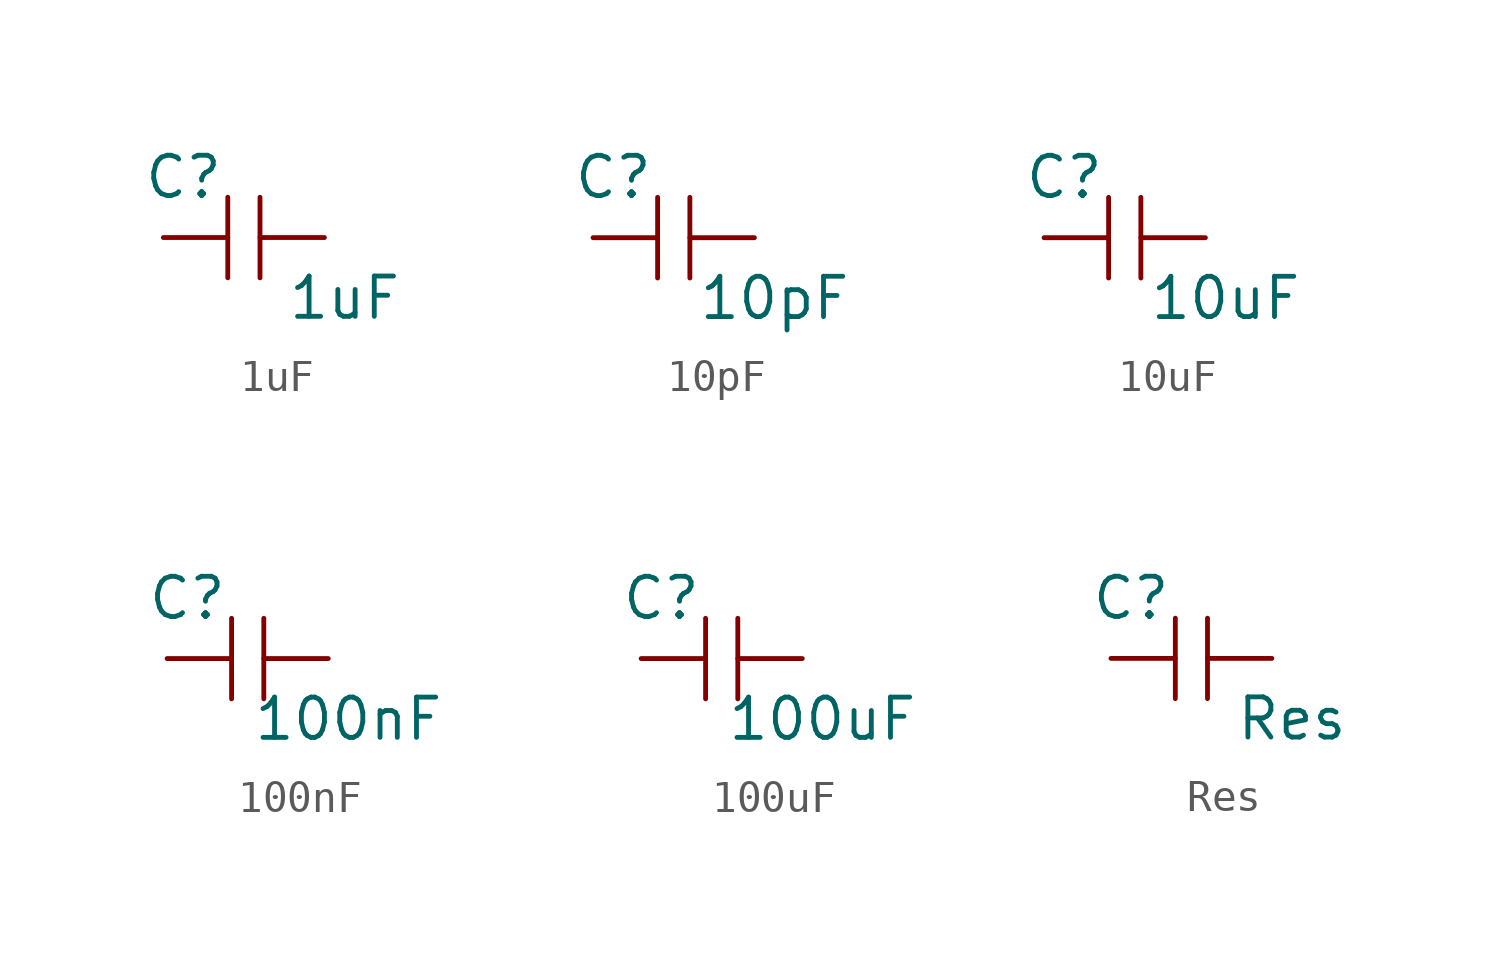
<source format=kicad_sym>
(kicad_symbol_lib
  (version 20241209)
  (generator "kicad_symbol_editor")
  (generator_version "9.0")
  (symbol "1uF"
    (pin_numbers
      (hide yes))
    (pin_names
      (offset 1.016)
      (hide yes))
    (property "Reference" "C"
      (at -1.905 1.905 0)
      (effects (font (size 1.27 1.27))))
    (property "Value" "1uF"
      (at 3.175 -1.905 0)
      (effects (font (size 1.27 1.27))))
    (symbol "1uF_0_1"
      (polyline (pts (xy -0.508 1.27) (xy -0.508 -1.27)) (stroke (width 0) (type default)) (fill (type none)))
      (polyline (pts (xy 0.508 1.27) (xy 0.508 -1.27)) (stroke (width 0) (type default)) (fill (type none))))
    (symbol "1uF_1_1"
      (pin input line (at -2.54 0 0) (length 2.032) (name "1" (effects (font (size 1.27 1.27)))) (number "1" (effects (font (size 1.27 1.27)))))
      (pin input line (at 2.54 0 180) (length 2.032) (name "2" (effects (font (size 1.27 1.27)))) (number "2" (effects (font (size 1.27 1.27)))))))
  (symbol "10pF"
    (pin_numbers
      (hide yes))
    (pin_names
      (offset 1.016)
      (hide yes))
    (property "Reference" "C"
      (at -1.905 1.905 0)
      (effects (font (size 1.27 1.27))))
    (property "Value" "10pF"
      (at 3.175 -1.905 0)
      (effects (font (size 1.27 1.27))))
    (symbol "10pF_0_1"
      (polyline (pts (xy -0.508 1.27) (xy -0.508 -1.27)) (stroke (width 0) (type default)) (fill (type none)))
      (polyline (pts (xy 0.508 1.27) (xy 0.508 -1.27)) (stroke (width 0) (type default)) (fill (type none))))
    (symbol "10pF_1_1"
      (pin input line (at -2.54 0 0) (length 2.032) (name "1" (effects (font (size 1.27 1.27)))) (number "1" (effects (font (size 1.27 1.27)))))
      (pin input line (at 2.54 0 180) (length 2.032) (name "2" (effects (font (size 1.27 1.27)))) (number "2" (effects (font (size 1.27 1.27)))))))
  (symbol "10uF"
    (pin_numbers
      (hide yes))
    (pin_names
      (offset 1.016)
      (hide yes))
    (property "Reference" "C"
      (at -1.905 1.905 0)
      (effects (font (size 1.27 1.27))))
    (property "Value" "10uF"
      (at 3.175 -1.905 0)
      (effects (font (size 1.27 1.27))))
    (symbol "10uF_0_1"
      (polyline (pts (xy -0.508 1.27) (xy -0.508 -1.27)) (stroke (width 0) (type default)) (fill (type none)))
      (polyline (pts (xy 0.508 1.27) (xy 0.508 -1.27)) (stroke (width 0) (type default)) (fill (type none))))
    (symbol "10uF_1_1"
      (pin input line (at -2.54 0 0) (length 2.032) (name "1" (effects (font (size 1.27 1.27)))) (number "1" (effects (font (size 1.27 1.27)))))
      (pin input line (at 2.54 0 180) (length 2.032) (name "2" (effects (font (size 1.27 1.27)))) (number "2" (effects (font (size 1.27 1.27)))))))
  (symbol "100nF"
    (pin_numbers
      (hide yes))
    (pin_names
      (offset 1.016)
      (hide yes))
    (property "Reference" "C"
      (at -1.905 1.905 0)
      (effects (font (size 1.27 1.27))))
    (property "Value" "100nF"
      (at 3.175 -1.905 0)
      (effects (font (size 1.27 1.27))))
    (symbol "100nF_0_1"
      (polyline (pts (xy -0.508 1.27) (xy -0.508 -1.27)) (stroke (width 0) (type default)) (fill (type none)))
      (polyline (pts (xy 0.508 1.27) (xy 0.508 -1.27)) (stroke (width 0) (type default)) (fill (type none))))
    (symbol "100nF_1_1"
      (pin input line (at -2.54 0 0) (length 2.032) (name "1" (effects (font (size 1.27 1.27)))) (number "1" (effects (font (size 1.27 1.27)))))
      (pin input line (at 2.54 0 180) (length 2.032) (name "2" (effects (font (size 1.27 1.27)))) (number "2" (effects (font (size 1.27 1.27)))))))
  (symbol "100uF"
    (pin_numbers
      (hide yes))
    (pin_names
      (offset 1.016)
      (hide yes))
    (property "Reference" "C"
      (at -1.905 1.905 0)
      (effects (font (size 1.27 1.27))))
    (property "Value" "100uF"
      (at 3.175 -1.905 0)
      (effects (font (size 1.27 1.27))))
    (symbol "100uF_0_1"
      (polyline (pts (xy -0.508 1.27) (xy -0.508 -1.27)) (stroke (width 0) (type default)) (fill (type none)))
      (polyline (pts (xy 0.508 1.27) (xy 0.508 -1.27)) (stroke (width 0) (type default)) (fill (type none))))
    (symbol "100uF_1_1"
      (pin input line (at -2.54 0 0) (length 2.032) (name "1" (effects (font (size 1.27 1.27)))) (number "1" (effects (font (size 1.27 1.27)))))
      (pin input line (at 2.54 0 180) (length 2.032) (name "2" (effects (font (size 1.27 1.27)))) (number "2" (effects (font (size 1.27 1.27)))))))
  (symbol "Res"
    (pin_numbers
      (hide yes))
    (pin_names
      (offset 1.016)
      (hide yes))
    (property "Reference" "C"
      (at -1.905 1.905 0)
      (effects (font (size 1.27 1.27))))
    (property "Value" "Res"
      (at 3.175 -1.905 0)
      (effects (font (size 1.27 1.27))))
    (symbol "Res_0_1"
      (polyline (pts (xy -0.508 1.27) (xy -0.508 -1.27)) (stroke (width 0) (type default)) (fill (type none)))
      (polyline (pts (xy 0.508 1.27) (xy 0.508 -1.27)) (stroke (width 0) (type default)) (fill (type none))))
    (symbol "Res_1_1"
      (pin input line (at -2.54 0 0) (length 2.032) (name "1" (effects (font (size 1.27 1.27)))) (number "1" (effects (font (size 1.27 1.27)))))
      (pin input line (at 2.54 0 180) (length 2.032) (name "2" (effects (font (size 1.27 1.27)))) (number "2" (effects (font (size 1.27 1.27))))))))
</source>
